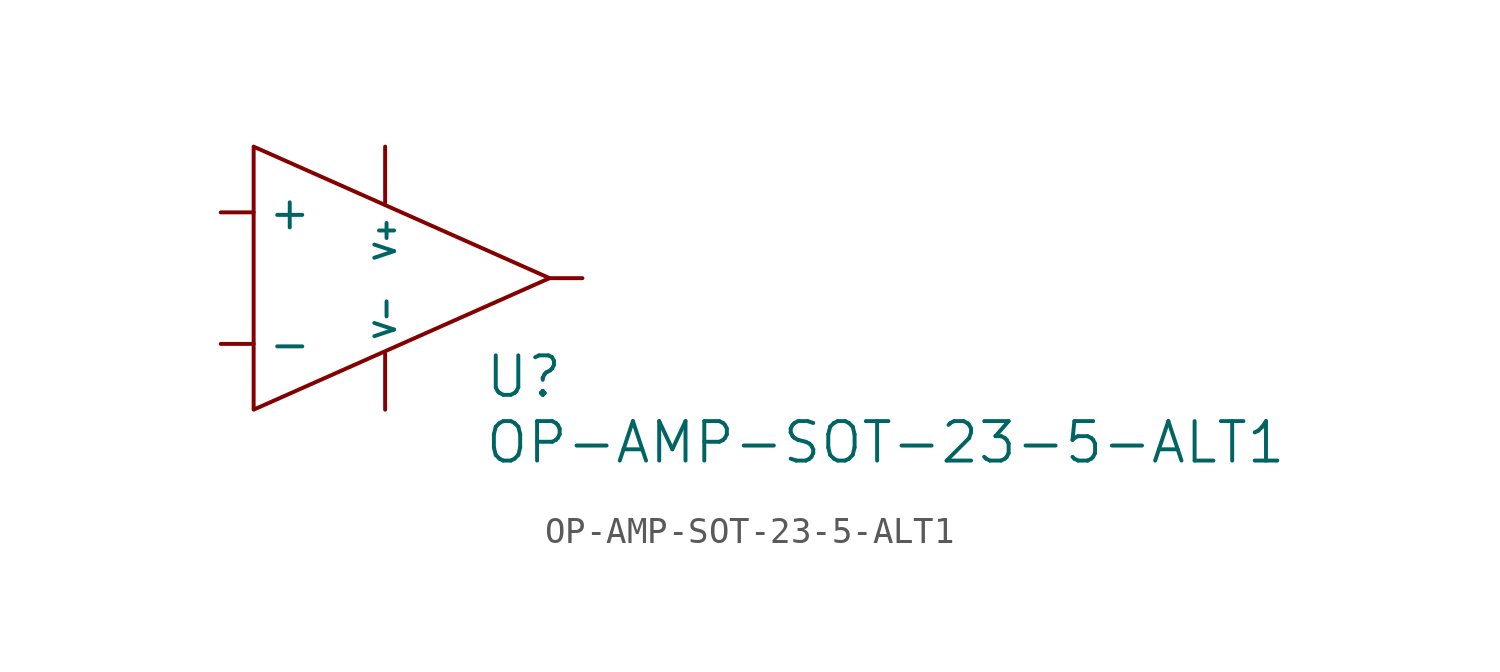
<source format=kicad_sym>
(kicad_symbol_lib
  (version 20211014)
  (generator kicad_symbol_editor)
  (symbol "OP-AMP-SOT-23-5-ALT1"
    (pin_numbers hide)
    (property "Reference" "U"
      (at 6.35 -3.81 0)
      (effects (font (size 1.524 1.524)) (justify left)))
    (property "Value" "OP-AMP-SOT-23-5-ALT1"
      (at 6.35 -6.35 0)
      (effects (font (size 1.524 1.524)) (justify left)))
    (symbol "OP-AMP-SOT-23-5-ALT1_0_1"
      (polyline (pts (xy -2.54 5.08) (xy -2.54 -5.08) (xy 8.89 0) (xy -2.54 5.08)) (stroke (width 0) (type default) (color 0 0 0 0)) (fill (type none))))
    (symbol "OP-AMP-SOT-23-5-ALT1_1_1"
      (pin power_out line (at 10.16 0 180) (length 1.27) (name "~" (effects (font (size 1.27 1.27)))) (number "1" (effects (font (size 1.27 1.27)))))
      (pin power_in line (at 2.54 -5.08 90) (length 2.159) (name "V-" (effects (font (size 0.762 0.762)))) (number "2" (effects (font (size 1.27 1.27)))))
      (pin passive line (at -3.81 2.54 0) (length 1.27) (name "+" (effects (font (size 1.27 1.27)))) (number "3" (effects (font (size 1.27 1.27)))))
      (pin passive line (at -3.81 -2.54 0) (length 1.27) (name "-" (effects (font (size 1.27 1.27)))) (number "4" (effects (font (size 1.27 1.27)))))
      (pin power_in line (at 2.54 5.08 270) (length 2.159) (name "V+" (effects (font (size 0.762 0.762)))) (number "5" (effects (font (size 1.27 1.27))))))))
</source>
